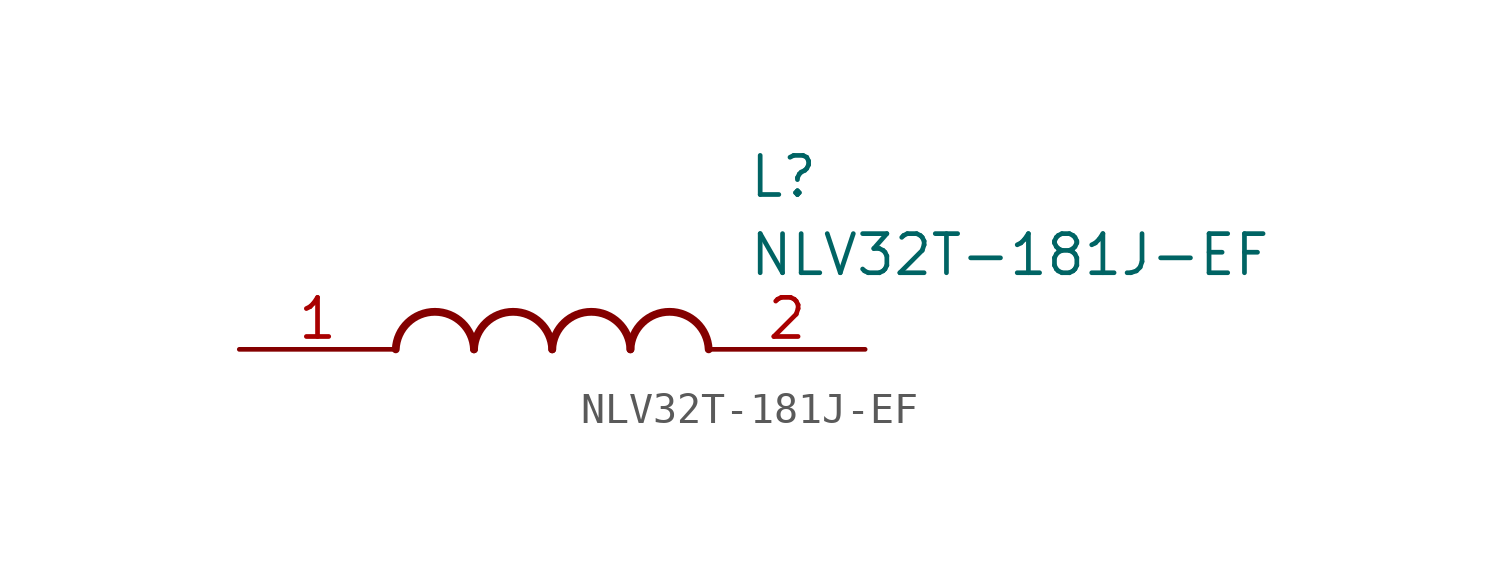
<source format=kicad_sym>
(kicad_symbol_lib
  (version 20211014)
  (generator SamacSys_ECAD_Model)
  (symbol "NLV32T-181J-EF"
    (pin_names hide)
    (property "Reference" "L"
      (at 16.51 6.35 0)
      (effects (font (size 1.27 1.27)) (justify left top)))
    (property "Value" "NLV32T-181J-EF"
      (at 16.51 3.81 0)
      (effects (font (size 1.27 1.27)) (justify left top)))
    (arc
      (start 7.62 0)
      (mid 6.35 1.219)
      (end 5.08 0)
      (stroke (width 0.254) (type default))
      (fill (type none)))
    (arc
      (start 10.16 0)
      (mid 8.89 1.219)
      (end 7.62 0)
      (stroke (width 0.254) (type default))
      (fill (type none)))
    (arc
      (start 12.7 0)
      (mid 11.43 1.219)
      (end 10.16 0)
      (stroke (width 0.254) (type default))
      (fill (type none)))
    (arc
      (start 15.24 0)
      (mid 13.97 1.219)
      (end 12.7 0)
      (stroke (width 0.254) (type default))
      (fill (type none)))
    (pin passive line
      (at 0 0 0)
      (length 5.08)
      (name "1" (effects (font (size 1.27 1.27))))
      (number "1" (effects (font (size 1.27 1.27)))))
    (pin passive line
      (at 20.32 0 180)
      (length 5.08)
      (name "2" (effects (font (size 1.27 1.27))))
      (number "2" (effects (font (size 1.27 1.27)))))))
</source>
